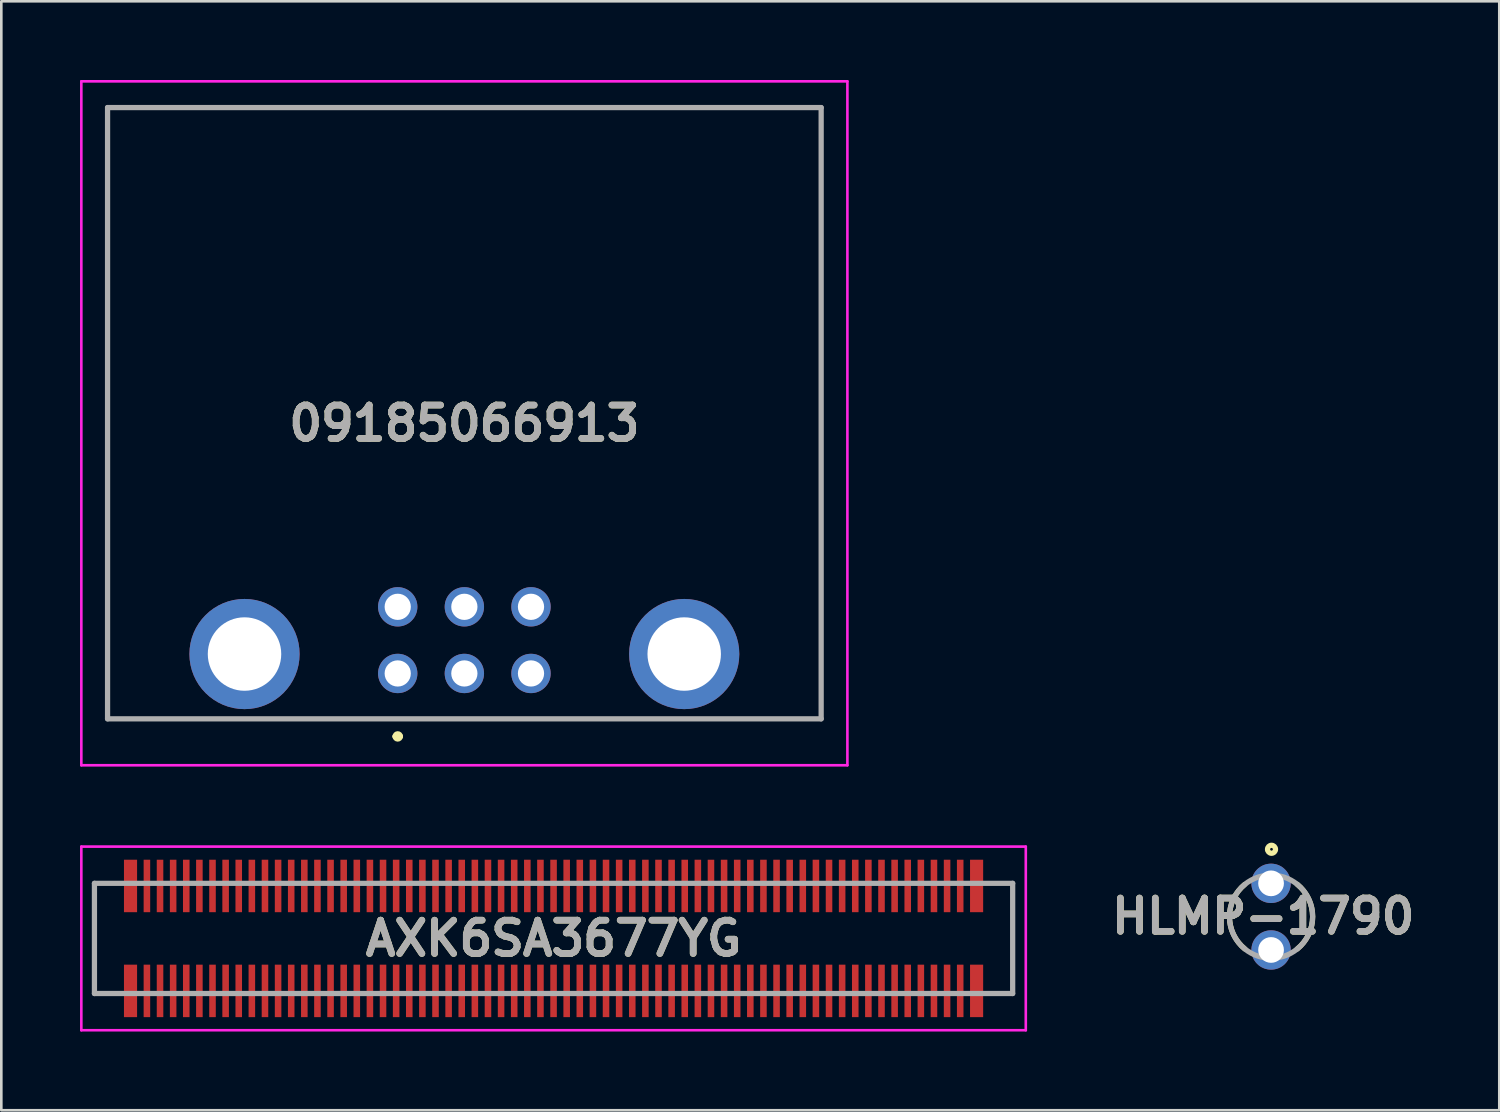
<source format=kicad_pcb>
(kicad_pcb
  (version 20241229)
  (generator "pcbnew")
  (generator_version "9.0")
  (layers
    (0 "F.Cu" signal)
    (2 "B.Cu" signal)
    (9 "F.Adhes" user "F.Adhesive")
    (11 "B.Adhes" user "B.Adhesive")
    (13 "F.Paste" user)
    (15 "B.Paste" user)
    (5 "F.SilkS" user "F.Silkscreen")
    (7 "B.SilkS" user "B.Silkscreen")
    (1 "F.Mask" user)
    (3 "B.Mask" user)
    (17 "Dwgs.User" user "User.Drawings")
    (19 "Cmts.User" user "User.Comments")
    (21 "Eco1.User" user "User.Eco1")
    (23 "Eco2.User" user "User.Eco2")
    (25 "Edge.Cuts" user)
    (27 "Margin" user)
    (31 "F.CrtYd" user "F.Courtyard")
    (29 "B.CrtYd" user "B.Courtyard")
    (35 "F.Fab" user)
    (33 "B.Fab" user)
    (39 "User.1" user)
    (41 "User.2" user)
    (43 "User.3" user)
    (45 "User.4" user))
  (footprint "09185066913"
    (layer "F.Cu")
    (at 12.11 22.62)
    (property "Reference" "09185066913" (at 2.54 -9.535 0) (layer "F.SilkS") (effects (font (size 1.27 1.27) (thickness 0.254))))
    (attr through_hole)
    (fp_line (start -11.06 -21.57) (end 16.14 -21.57) (stroke (width 0.1) (type solid)) (layer "F.SilkS"))
    (fp_line (start -11.06 1.73) (end -11.06 -21.57) (stroke (width 0.1) (type solid)) (layer "F.SilkS"))
    (fp_line (start -0.1 2.4) (end -0.1 2.4) (stroke (width 0.2) (type solid)) (layer "F.SilkS"))
    (fp_line (start 0.1 2.4) (end 0.1 2.4) (stroke (width 0.2) (type solid)) (layer "F.SilkS"))
    (fp_line (start 16.14 -21.57) (end 16.14 1.73) (stroke (width 0.1) (type solid)) (layer "F.SilkS"))
    (fp_line (start 16.14 1.73) (end -11.06 1.73) (stroke (width 0.1) (type solid)) (layer "F.SilkS"))
    (fp_arc (start -0.1 2.4) (mid 0 2.3) (end 0.1 2.4) (stroke (width 0.2) (type solid)) (layer "F.SilkS"))
    (fp_arc (start 0.1 2.4) (mid 0 2.5) (end -0.1 2.4) (stroke (width 0.2) (type solid)) (layer "F.SilkS"))
    (fp_line (start -12.06 -22.57) (end 17.14 -22.57) (stroke (width 0.1) (type solid)) (layer "F.CrtYd"))
    (fp_line (start -12.06 3.5) (end -12.06 -22.57) (stroke (width 0.1) (type solid)) (layer "F.CrtYd"))
    (fp_line (start 17.14 -22.57) (end 17.14 3.5) (stroke (width 0.1) (type solid)) (layer "F.CrtYd"))
    (fp_line (start 17.14 3.5) (end -12.06 3.5) (stroke (width 0.1) (type solid)) (layer "F.CrtYd"))
    (fp_line (start -11.06 -21.57) (end 16.14 -21.57) (stroke (width 0.2) (type solid)) (layer "F.Fab"))
    (fp_line (start -11.06 1.73) (end -11.06 -21.57) (stroke (width 0.2) (type solid)) (layer "F.Fab"))
    (fp_line (start 16.14 -21.57) (end 16.14 1.73) (stroke (width 0.2) (type solid)) (layer "F.Fab"))
    (fp_line (start 16.14 1.73) (end -11.06 1.73) (stroke (width 0.2) (type solid)) (layer "F.Fab"))
    (fp_text user "${REFERENCE}" (at 2.54 -9.535 0) (layer "F.Fab") (effects (font (size 1.27 1.27) (thickness 0.254))))
    (pad "1" thru_hole circle (at 0 0) (size 1.5 1.5) (drill 1) (layers "*.Cu" "*.Mask"))
    (pad "2" thru_hole circle (at 0 -2.54) (size 1.5 1.5) (drill 1) (layers "*.Cu" "*.Mask"))
    (pad "3" thru_hole circle (at 2.54 0) (size 1.5 1.5) (drill 1) (layers "*.Cu" "*.Mask"))
    (pad "4" thru_hole circle (at 2.54 -2.54) (size 1.5 1.5) (drill 1) (layers "*.Cu" "*.Mask"))
    (pad "5" thru_hole circle (at 5.08 0) (size 1.5 1.5) (drill 1) (layers "*.Cu" "*.Mask"))
    (pad "6" thru_hole circle (at 5.08 -2.54) (size 1.5 1.5) (drill 1) (layers "*.Cu" "*.Mask"))
    (pad "MH1" thru_hole circle (at -5.84 -0.74) (size 4.2 4.2) (drill 2.8) (layers "*.Cu" "*.Mask"))
    (pad "MH2" thru_hole circle (at 10.92 -0.74) (size 4.2 4.2) (drill 2.8) (layers "*.Cu" "*.Mask")))
  (footprint "HLMP-1790"
    (layer "F.Cu")
    (at 45.399 31.89)
    (property "Reference" "HLMP-1790" (at -0.3 -0.014 0) (layer "F.SilkS") (effects (font (size 1.27 1.27) (thickness 0.254))))
    (attr through_hole)
    (fp_arc (start -0.999247 1.230342) (mid -1.585003 0.000485) (end -1 -1.22973) (stroke (width 0.2) (type solid)) (layer "F.SilkS"))
    (fp_arc (start 1 -1.22973) (mid 1.585003 0.000485) (end 0.999247 1.230342) (stroke (width 0.2) (type solid)) (layer "F.SilkS"))
    (fp_circle (center 0.017 -2.568) (end 0.017 -2.516) (stroke (width 0.2) (type solid)) (fill no) (layer "F.SilkS"))
    (fp_circle (center 0 0) (end 0 1.585) (stroke (width 0.2) (type solid)) (fill no) (layer "F.Fab"))
    (fp_text user "${REFERENCE}" (at -0.3 -0.014 0) (layer "F.Fab") (effects (font (size 1.27 1.27) (thickness 0.254))))
    (pad "1" thru_hole circle (at 0 -1.27) (size 1.5 1.5) (drill 0.98) (layers "*.Cu" "*.Mask"))
    (pad "2" thru_hole circle (at 0 1.27) (size 1.5 1.5) (drill 0.98) (layers "*.Cu" "*.Mask")))
  (footprint "AXK6SA3677YG"
    (layer "F.Cu")
    (at 18.05 32.72)
    (property "Reference" "AXK6SA3677YG" (at 0 0 0) (layer "F.SilkS") (effects (font (size 1.27 1.27) (thickness 0.254))))
    (attr through_hole)
    (fp_line (start -17.5 -2.1) (end -17.5 2.1) (stroke (width 0.1) (type solid)) (layer "F.SilkS"))
    (fp_line (start -17.5 2.1) (end -17 2.1) (stroke (width 0.1) (type solid)) (layer "F.SilkS"))
    (fp_line (start -17 -2.1) (end -17.5 -2.1) (stroke (width 0.1) (type solid)) (layer "F.SilkS"))
    (fp_line (start 17 -2.1) (end 17.5 -2.1) (stroke (width 0.1) (type solid)) (layer "F.SilkS"))
    (fp_line (start 17.5 -2.1) (end 17.5 2.1) (stroke (width 0.1) (type solid)) (layer "F.SilkS"))
    (fp_line (start 17.5 2.1) (end 17 2.1) (stroke (width 0.1) (type solid)) (layer "F.SilkS"))
    (fp_line (start -18 -3.5) (end 18 -3.5) (stroke (width 0.1) (type solid)) (layer "F.CrtYd"))
    (fp_line (start -18 3.5) (end -18 -3.5) (stroke (width 0.1) (type solid)) (layer "F.CrtYd"))
    (fp_line (start 18 -3.5) (end 18 3.5) (stroke (width 0.1) (type solid)) (layer "F.CrtYd"))
    (fp_line (start 18 3.5) (end -18 3.5) (stroke (width 0.1) (type solid)) (layer "F.CrtYd"))
    (fp_line (start -17.5 -2.1) (end 17.5 -2.1) (stroke (width 0.2) (type solid)) (layer "F.Fab"))
    (fp_line (start -17.5 2.1) (end -17.5 -2.1) (stroke (width 0.2) (type solid)) (layer "F.Fab"))
    (fp_line (start 17.5 -2.1) (end 17.5 2.1) (stroke (width 0.2) (type solid)) (layer "F.Fab"))
    (fp_line (start 17.5 2.1) (end -17.5 2.1) (stroke (width 0.2) (type solid)) (layer "F.Fab"))
    (fp_text user "${REFERENCE}" (at 0 0 0) (layer "F.Fab") (effects (font (size 1.27 1.27) (thickness 0.254))))
    (pad "" np_thru_hole circle (at -16.75 1.05) (size 0.001 0.001) (drill 0.7) (layers "*.Cu" "*.Mask"))
    (pad "" np_thru_hole circle (at 16.75 -1.05) (size 0.001 0.001) (drill 0.7) (layers "*.Cu" "*.Mask"))
    (pad "1" smd rect (at -16.125 -2) (size 0.5 2) (layers "F.Cu" "F.Mask" "F.Paste"))
    (pad "2" smd rect (at -15.5 -2) (size 0.25 2) (layers "F.Cu" "F.Mask" "F.Paste"))
    (pad "3" smd rect (at -15 -2) (size 0.25 2) (layers "F.Cu" "F.Mask" "F.Paste"))
    (pad "4" smd rect (at -14.5 -2) (size 0.25 2) (layers "F.Cu" "F.Mask" "F.Paste"))
    (pad "5" smd rect (at -14 -2) (size 0.25 2) (layers "F.Cu" "F.Mask" "F.Paste"))
    (pad "6" smd rect (at -13.5 -2) (size 0.25 2) (layers "F.Cu" "F.Mask" "F.Paste"))
    (pad "7" smd rect (at -13 -2) (size 0.25 2) (layers "F.Cu" "F.Mask" "F.Paste"))
    (pad "8" smd rect (at -12.5 -2) (size 0.25 2) (layers "F.Cu" "F.Mask" "F.Paste"))
    (pad "9" smd rect (at -12 -2) (size 0.25 2) (layers "F.Cu" "F.Mask" "F.Paste"))
    (pad "10" smd rect (at -11.5 -2) (size 0.25 2) (layers "F.Cu" "F.Mask" "F.Paste"))
    (pad "11" smd rect (at -11 -2) (size 0.25 2) (layers "F.Cu" "F.Mask" "F.Paste"))
    (pad "12" smd rect (at -10.5 -2) (size 0.25 2) (layers "F.Cu" "F.Mask" "F.Paste"))
    (pad "13" smd rect (at -10 -2) (size 0.25 2) (layers "F.Cu" "F.Mask" "F.Paste"))
    (pad "14" smd rect (at -9.5 -2) (size 0.25 2) (layers "F.Cu" "F.Mask" "F.Paste"))
    (pad "15" smd rect (at -9 -2) (size 0.25 2) (layers "F.Cu" "F.Mask" "F.Paste"))
    (pad "16" smd rect (at -8.5 -2) (size 0.25 2) (layers "F.Cu" "F.Mask" "F.Paste"))
    (pad "17" smd rect (at -8 -2) (size 0.25 2) (layers "F.Cu" "F.Mask" "F.Paste"))
    (pad "18" smd rect (at -7.5 -2) (size 0.25 2) (layers "F.Cu" "F.Mask" "F.Paste"))
    (pad "19" smd rect (at -7 -2) (size 0.25 2) (layers "F.Cu" "F.Mask" "F.Paste"))
    (pad "20" smd rect (at -6.5 -2) (size 0.25 2) (layers "F.Cu" "F.Mask" "F.Paste"))
    (pad "21" smd rect (at -6 -2) (size 0.25 2) (layers "F.Cu" "F.Mask" "F.Paste"))
    (pad "22" smd rect (at -5.5 -2) (size 0.25 2) (layers "F.Cu" "F.Mask" "F.Paste"))
    (pad "23" smd rect (at -5 -2) (size 0.25 2) (layers "F.Cu" "F.Mask" "F.Paste"))
    (pad "24" smd rect (at -4.5 -2) (size 0.25 2) (layers "F.Cu" "F.Mask" "F.Paste"))
    (pad "25" smd rect (at -4 -2) (size 0.25 2) (layers "F.Cu" "F.Mask" "F.Paste"))
    (pad "26" smd rect (at -3.5 -2) (size 0.25 2) (layers "F.Cu" "F.Mask" "F.Paste"))
    (pad "27" smd rect (at -3 -2) (size 0.25 2) (layers "F.Cu" "F.Mask" "F.Paste"))
    (pad "28" smd rect (at -2.5 -2) (size 0.25 2) (layers "F.Cu" "F.Mask" "F.Paste"))
    (pad "29" smd rect (at -2 -2) (size 0.25 2) (layers "F.Cu" "F.Mask" "F.Paste"))
    (pad "30" smd rect (at -1.5 -2) (size 0.25 2) (layers "F.Cu" "F.Mask" "F.Paste"))
    (pad "31" smd rect (at -1 -2) (size 0.25 2) (layers "F.Cu" "F.Mask" "F.Paste"))
    (pad "32" smd rect (at -0.5 -2) (size 0.25 2) (layers "F.Cu" "F.Mask" "F.Paste"))
    (pad "33" smd rect (at 0 -2) (size 0.25 2) (layers "F.Cu" "F.Mask" "F.Paste"))
    (pad "34" smd rect (at 0.5 -2) (size 0.25 2) (layers "F.Cu" "F.Mask" "F.Paste"))
    (pad "35" smd rect (at 1 -2) (size 0.25 2) (layers "F.Cu" "F.Mask" "F.Paste"))
    (pad "36" smd rect (at 1.5 -2) (size 0.25 2) (layers "F.Cu" "F.Mask" "F.Paste"))
    (pad "37" smd rect (at 2 -2) (size 0.25 2) (layers "F.Cu" "F.Mask" "F.Paste"))
    (pad "38" smd rect (at 2.5 -2) (size 0.25 2) (layers "F.Cu" "F.Mask" "F.Paste"))
    (pad "39" smd rect (at 3 -2) (size 0.25 2) (layers "F.Cu" "F.Mask" "F.Paste"))
    (pad "40" smd rect (at 3.5 -2) (size 0.25 2) (layers "F.Cu" "F.Mask" "F.Paste"))
    (pad "41" smd rect (at 4 -2) (size 0.25 2) (layers "F.Cu" "F.Mask" "F.Paste"))
    (pad "42" smd rect (at 4.5 -2) (size 0.25 2) (layers "F.Cu" "F.Mask" "F.Paste"))
    (pad "43" smd rect (at 5 -2) (size 0.25 2) (layers "F.Cu" "F.Mask" "F.Paste"))
    (pad "44" smd rect (at 5.5 -2) (size 0.25 2) (layers "F.Cu" "F.Mask" "F.Paste"))
    (pad "45" smd rect (at 6 -2) (size 0.25 2) (layers "F.Cu" "F.Mask" "F.Paste"))
    (pad "46" smd rect (at 6.5 -2) (size 0.25 2) (layers "F.Cu" "F.Mask" "F.Paste"))
    (pad "47" smd rect (at 7 -2) (size 0.25 2) (layers "F.Cu" "F.Mask" "F.Paste"))
    (pad "48" smd rect (at 7.5 -2) (size 0.25 2) (layers "F.Cu" "F.Mask" "F.Paste"))
    (pad "49" smd rect (at 8 -2) (size 0.25 2) (layers "F.Cu" "F.Mask" "F.Paste"))
    (pad "50" smd rect (at 8.5 -2) (size 0.25 2) (layers "F.Cu" "F.Mask" "F.Paste"))
    (pad "51" smd rect (at 9 -2) (size 0.25 2) (layers "F.Cu" "F.Mask" "F.Paste"))
    (pad "52" smd rect (at 9.5 -2) (size 0.25 2) (layers "F.Cu" "F.Mask" "F.Paste"))
    (pad "53" smd rect (at 10 -2) (size 0.25 2) (layers "F.Cu" "F.Mask" "F.Paste"))
    (pad "54" smd rect (at 10.5 -2) (size 0.25 2) (layers "F.Cu" "F.Mask" "F.Paste"))
    (pad "55" smd rect (at 11 -2) (size 0.25 2) (layers "F.Cu" "F.Mask" "F.Paste"))
    (pad "56" smd rect (at 11.5 -2) (size 0.25 2) (layers "F.Cu" "F.Mask" "F.Paste"))
    (pad "57" smd rect (at 12 -2) (size 0.25 2) (layers "F.Cu" "F.Mask" "F.Paste"))
    (pad "58" smd rect (at 12.5 -2) (size 0.25 2) (layers "F.Cu" "F.Mask" "F.Paste"))
    (pad "59" smd rect (at 13 -2) (size 0.25 2) (layers "F.Cu" "F.Mask" "F.Paste"))
    (pad "60" smd rect (at 13.5 -2) (size 0.25 2) (layers "F.Cu" "F.Mask" "F.Paste"))
    (pad "61" smd rect (at 14 -2) (size 0.25 2) (layers "F.Cu" "F.Mask" "F.Paste"))
    (pad "62" smd rect (at 14.5 -2) (size 0.25 2) (layers "F.Cu" "F.Mask" "F.Paste"))
    (pad "63" smd rect (at 15 -2) (size 0.25 2) (layers "F.Cu" "F.Mask" "F.Paste"))
    (pad "64" smd rect (at 15.5 -2) (size 0.25 2) (layers "F.Cu" "F.Mask" "F.Paste"))
    (pad "65" smd rect (at 16.125 -2) (size 0.5 2) (layers "F.Cu" "F.Mask" "F.Paste"))
    (pad "66" smd rect (at -16.125 2) (size 0.5 2) (layers "F.Cu" "F.Mask" "F.Paste"))
    (pad "67" smd rect (at -15.5 2) (size 0.25 2) (layers "F.Cu" "F.Mask" "F.Paste"))
    (pad "68" smd rect (at -15 2) (size 0.25 2) (layers "F.Cu" "F.Mask" "F.Paste"))
    (pad "69" smd rect (at -14.5 2) (size 0.25 2) (layers "F.Cu" "F.Mask" "F.Paste"))
    (pad "70" smd rect (at -14 2) (size 0.25 2) (layers "F.Cu" "F.Mask" "F.Paste"))
    (pad "71" smd rect (at -13.5 2) (size 0.25 2) (layers "F.Cu" "F.Mask" "F.Paste"))
    (pad "72" smd rect (at -13 2) (size 0.25 2) (layers "F.Cu" "F.Mask" "F.Paste"))
    (pad "73" smd rect (at -12.5 2) (size 0.25 2) (layers "F.Cu" "F.Mask" "F.Paste"))
    (pad "74" smd rect (at -12 2) (size 0.25 2) (layers "F.Cu" "F.Mask" "F.Paste"))
    (pad "75" smd rect (at -11.5 2) (size 0.25 2) (layers "F.Cu" "F.Mask" "F.Paste"))
    (pad "76" smd rect (at -11 2) (size 0.25 2) (layers "F.Cu" "F.Mask" "F.Paste"))
    (pad "77" smd rect (at -10.5 2) (size 0.25 2) (layers "F.Cu" "F.Mask" "F.Paste"))
    (pad "78" smd rect (at -10 2) (size 0.25 2) (layers "F.Cu" "F.Mask" "F.Paste"))
    (pad "79" smd rect (at -9.5 2) (size 0.25 2) (layers "F.Cu" "F.Mask" "F.Paste"))
    (pad "80" smd rect (at -9 2) (size 0.25 2) (layers "F.Cu" "F.Mask" "F.Paste"))
    (pad "81" smd rect (at -8.5 2) (size 0.25 2) (layers "F.Cu" "F.Mask" "F.Paste"))
    (pad "82" smd rect (at -8 2) (size 0.25 2) (layers "F.Cu" "F.Mask" "F.Paste"))
    (pad "83" smd rect (at -7.5 2) (size 0.25 2) (layers "F.Cu" "F.Mask" "F.Paste"))
    (pad "84" smd rect (at -7 2) (size 0.25 2) (layers "F.Cu" "F.Mask" "F.Paste"))
    (pad "85" smd rect (at -6.5 2) (size 0.25 2) (layers "F.Cu" "F.Mask" "F.Paste"))
    (pad "86" smd rect (at -6 2) (size 0.25 2) (layers "F.Cu" "F.Mask" "F.Paste"))
    (pad "87" smd rect (at -5.5 2) (size 0.25 2) (layers "F.Cu" "F.Mask" "F.Paste"))
    (pad "88" smd rect (at -5 2) (size 0.25 2) (layers "F.Cu" "F.Mask" "F.Paste"))
    (pad "89" smd rect (at -4.5 2) (size 0.25 2) (layers "F.Cu" "F.Mask" "F.Paste"))
    (pad "90" smd rect (at -4 2) (size 0.25 2) (layers "F.Cu" "F.Mask" "F.Paste"))
    (pad "91" smd rect (at -3.5 2) (size 0.25 2) (layers "F.Cu" "F.Mask" "F.Paste"))
    (pad "92" smd rect (at -3 2) (size 0.25 2) (layers "F.Cu" "F.Mask" "F.Paste"))
    (pad "93" smd rect (at -2.5 2) (size 0.25 2) (layers "F.Cu" "F.Mask" "F.Paste"))
    (pad "94" smd rect (at -2 2) (size 0.25 2) (layers "F.Cu" "F.Mask" "F.Paste"))
    (pad "95" smd rect (at -1.5 2) (size 0.25 2) (layers "F.Cu" "F.Mask" "F.Paste"))
    (pad "96" smd rect (at -1 2) (size 0.25 2) (layers "F.Cu" "F.Mask" "F.Paste"))
    (pad "97" smd rect (at -0.5 2) (size 0.25 2) (layers "F.Cu" "F.Mask" "F.Paste"))
    (pad "98" smd rect (at 0 2) (size 0.25 2) (layers "F.Cu" "F.Mask" "F.Paste"))
    (pad "99" smd rect (at 0.5 2) (size 0.25 2) (layers "F.Cu" "F.Mask" "F.Paste"))
    (pad "100" smd rect (at 1 2) (size 0.25 2) (layers "F.Cu" "F.Mask" "F.Paste"))
    (pad "101" smd rect (at 1.5 2) (size 0.25 2) (layers "F.Cu" "F.Mask" "F.Paste"))
    (pad "102" smd rect (at 2 2) (size 0.25 2) (layers "F.Cu" "F.Mask" "F.Paste"))
    (pad "103" smd rect (at 2.5 2) (size 0.25 2) (layers "F.Cu" "F.Mask" "F.Paste"))
    (pad "104" smd rect (at 3 2) (size 0.25 2) (layers "F.Cu" "F.Mask" "F.Paste"))
    (pad "105" smd rect (at 3.5 2) (size 0.25 2) (layers "F.Cu" "F.Mask" "F.Paste"))
    (pad "106" smd rect (at 4 2) (size 0.25 2) (layers "F.Cu" "F.Mask" "F.Paste"))
    (pad "107" smd rect (at 4.5 2) (size 0.25 2) (layers "F.Cu" "F.Mask" "F.Paste"))
    (pad "108" smd rect (at 5 2) (size 0.25 2) (layers "F.Cu" "F.Mask" "F.Paste"))
    (pad "109" smd rect (at 5.5 2) (size 0.25 2) (layers "F.Cu" "F.Mask" "F.Paste"))
    (pad "110" smd rect (at 6 2) (size 0.25 2) (layers "F.Cu" "F.Mask" "F.Paste"))
    (pad "111" smd rect (at 6.5 2) (size 0.25 2) (layers "F.Cu" "F.Mask" "F.Paste"))
    (pad "112" smd rect (at 7 2) (size 0.25 2) (layers "F.Cu" "F.Mask" "F.Paste"))
    (pad "113" smd rect (at 7.5 2) (size 0.25 2) (layers "F.Cu" "F.Mask" "F.Paste"))
    (pad "114" smd rect (at 8 2) (size 0.25 2) (layers "F.Cu" "F.Mask" "F.Paste"))
    (pad "115" smd rect (at 8.5 2) (size 0.25 2) (layers "F.Cu" "F.Mask" "F.Paste"))
    (pad "116" smd rect (at 9 2) (size 0.25 2) (layers "F.Cu" "F.Mask" "F.Paste"))
    (pad "117" smd rect (at 9.5 2) (size 0.25 2) (layers "F.Cu" "F.Mask" "F.Paste"))
    (pad "118" smd rect (at 10 2) (size 0.25 2) (layers "F.Cu" "F.Mask" "F.Paste"))
    (pad "119" smd rect (at 10.5 2) (size 0.25 2) (layers "F.Cu" "F.Mask" "F.Paste"))
    (pad "120" smd rect (at 11 2) (size 0.25 2) (layers "F.Cu" "F.Mask" "F.Paste"))
    (pad "121" smd rect (at 11.5 2) (size 0.25 2) (layers "F.Cu" "F.Mask" "F.Paste"))
    (pad "122" smd rect (at 12 2) (size 0.25 2) (layers "F.Cu" "F.Mask" "F.Paste"))
    (pad "123" smd rect (at 12.5 2) (size 0.25 2) (layers "F.Cu" "F.Mask" "F.Paste"))
    (pad "124" smd rect (at 13 2) (size 0.25 2) (layers "F.Cu" "F.Mask" "F.Paste"))
    (pad "125" smd rect (at 13.5 2) (size 0.25 2) (layers "F.Cu" "F.Mask" "F.Paste"))
    (pad "126" smd rect (at 14 2) (size 0.25 2) (layers "F.Cu" "F.Mask" "F.Paste"))
    (pad "127" smd rect (at 14.5 2) (size 0.25 2) (layers "F.Cu" "F.Mask" "F.Paste"))
    (pad "128" smd rect (at 15 2) (size 0.25 2) (layers "F.Cu" "F.Mask" "F.Paste"))
    (pad "129" smd rect (at 15.5 2) (size 0.25 2) (layers "F.Cu" "F.Mask" "F.Paste"))
    (pad "130" smd rect (at 16.125 2) (size 0.5 2) (layers "F.Cu" "F.Mask" "F.Paste")))
  (gr_rect
    (start -3 -3)
    (end 54.098 39.27)
    (stroke (width 0.1) (type default))
    (fill no)
    (layer "Edge.Cuts")))
</source>
